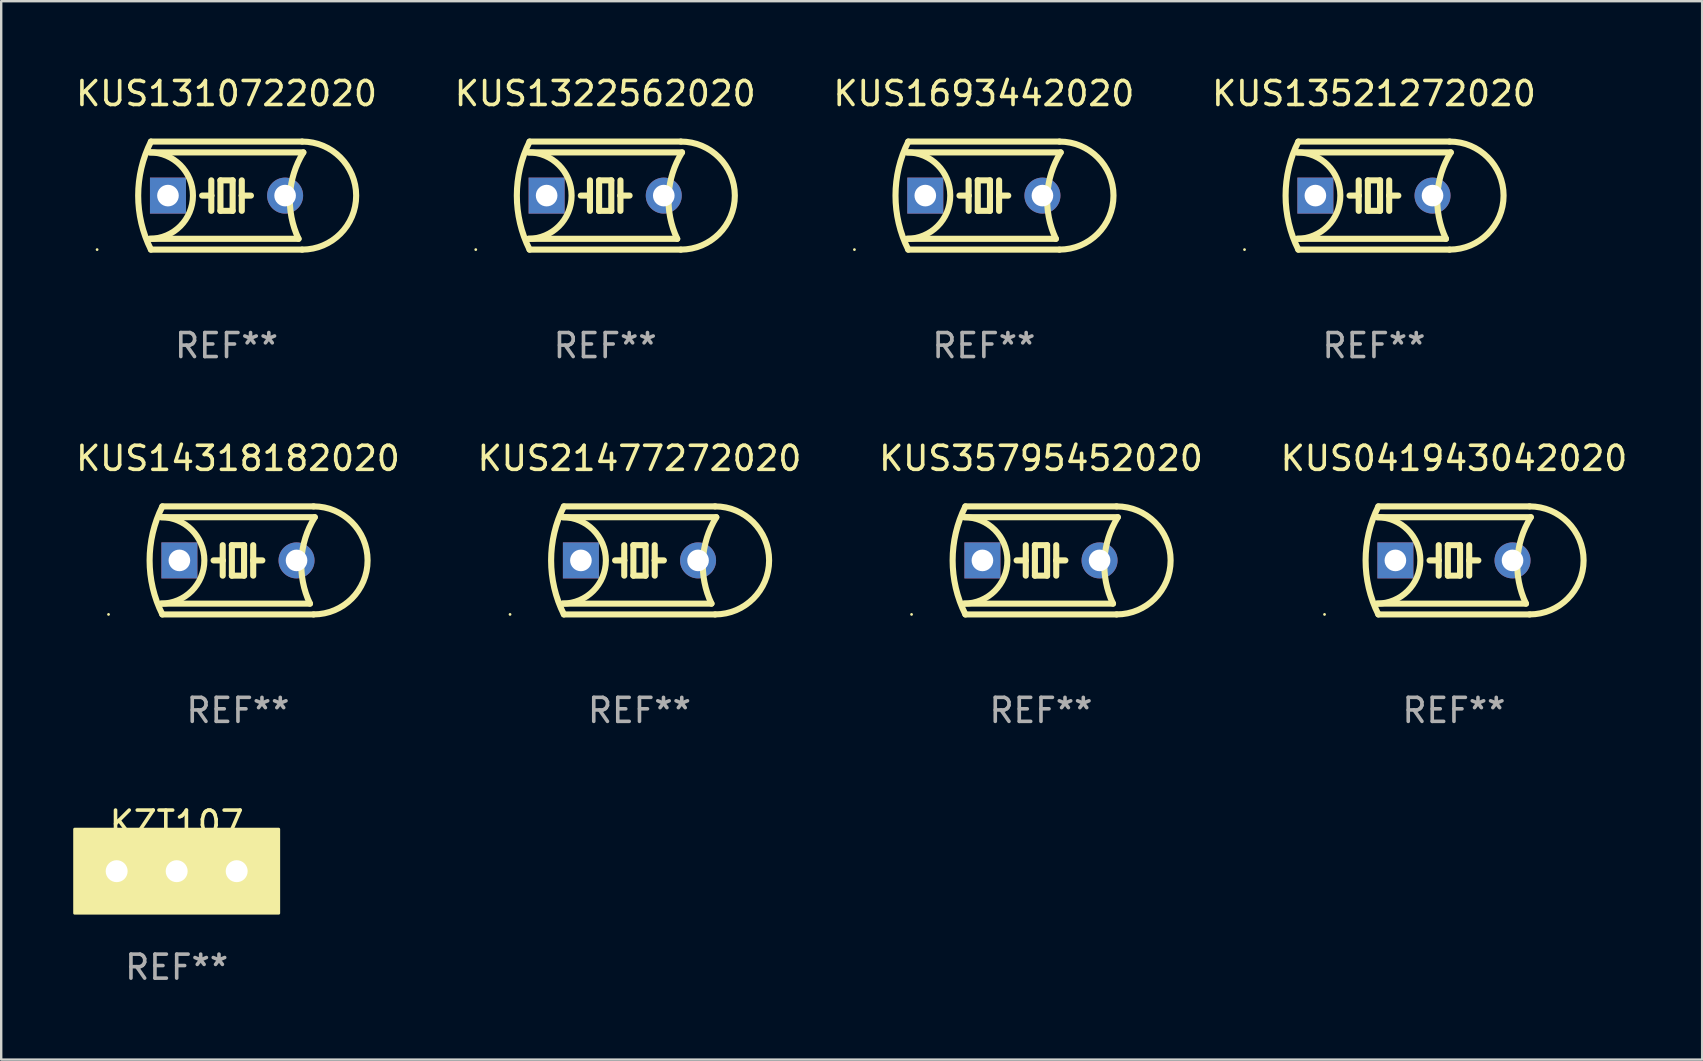
<source format=kicad_pcb>
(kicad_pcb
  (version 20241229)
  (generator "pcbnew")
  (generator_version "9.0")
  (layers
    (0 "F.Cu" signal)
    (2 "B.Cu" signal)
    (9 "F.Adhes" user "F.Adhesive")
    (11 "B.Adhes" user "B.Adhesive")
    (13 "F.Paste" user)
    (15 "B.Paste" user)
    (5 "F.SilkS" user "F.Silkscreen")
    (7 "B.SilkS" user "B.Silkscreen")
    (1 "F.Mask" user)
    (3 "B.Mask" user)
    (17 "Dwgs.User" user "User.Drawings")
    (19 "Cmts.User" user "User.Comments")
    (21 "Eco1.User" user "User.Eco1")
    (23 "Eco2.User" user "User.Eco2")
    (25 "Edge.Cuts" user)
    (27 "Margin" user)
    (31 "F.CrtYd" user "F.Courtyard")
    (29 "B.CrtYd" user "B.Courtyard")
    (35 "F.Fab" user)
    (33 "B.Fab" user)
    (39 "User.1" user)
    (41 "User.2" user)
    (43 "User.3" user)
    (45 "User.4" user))
  (footprint "KUS041943042020"
    (layer "F.Cu")
    (at 57.518 20.295)
    (property "Reference" "KUS041943042020" (at 0 -4.25 0) (layer "F.SilkS") (effects (font (size 1 1) (thickness 0.15))))
    (attr through_hole)
    (fp_line (start -3.2 -1.8) (end 3.2 -1.8) (stroke (width 0.254) (type solid)) (layer "F.SilkS"))
    (fp_line (start -3.15 2.25) (end 3.15 2.25) (stroke (width 0.254) (type solid)) (layer "F.SilkS"))
    (fp_line (start -0.635 -0.635) (end -0.635 0) (stroke (width 0.254) (type solid)) (layer "F.SilkS"))
    (fp_line (start -0.635 0) (end -1.016 0) (stroke (width 0.254) (type solid)) (layer "F.SilkS"))
    (fp_line (start -0.635 0) (end -0.635 0.635) (stroke (width 0.254) (type solid)) (layer "F.SilkS"))
    (fp_line (start -0.254 -0.635) (end -0.254 0.635) (stroke (width 0.254) (type solid)) (layer "F.SilkS"))
    (fp_line (start -0.254 0.635) (end 0.254 0.635) (stroke (width 0.254) (type solid)) (layer "F.SilkS"))
    (fp_line (start 0.254 -0.635) (end -0.254 -0.635) (stroke (width 0.254) (type solid)) (layer "F.SilkS"))
    (fp_line (start 0.254 0.635) (end 0.254 -0.635) (stroke (width 0.254) (type solid)) (layer "F.SilkS"))
    (fp_line (start 0.635 -0.635) (end 0.635 0) (stroke (width 0.254) (type solid)) (layer "F.SilkS"))
    (fp_line (start 0.635 0) (end 0.635 0.635) (stroke (width 0.254) (type solid)) (layer "F.SilkS"))
    (fp_line (start 0.635 0) (end 1.016 0) (stroke (width 0.254) (type solid)) (layer "F.SilkS"))
    (fp_line (start 3 1.8) (end -3.2 1.8) (stroke (width 0.254) (type solid)) (layer "F.SilkS"))
    (fp_line (start 3.15 -2.25) (end -3.15 -2.25) (stroke (width 0.254) (type solid)) (layer "F.SilkS"))
    (fp_arc (start -3.200406 -1.800864) (mid -1.399974 -0.000635) (end -3.2 1.8) (stroke (width 0.254001) (type solid)) (layer "F.SilkS"))
    (fp_arc (start -3.149606 2.250444) (mid -3.680941 0.000261) (end -3.149987 -2.250013) (stroke (width 0.254001) (type solid)) (layer "F.SilkS"))
    (fp_arc (start 2.999746 1.800863) (mid 2.642982 -0.024977) (end 3.2 -1.8) (stroke (width 0.254001) (type solid)) (layer "F.SilkS"))
    (fp_arc (start 3.149607 -2.250445) (mid 5.399848 -0.000406) (end 3.149987 2.250013) (stroke (width 0.254001) (type solid)) (layer "F.SilkS"))
    (fp_circle (center -5.392 2.25) (end -5.362 2.25) (stroke (width 0.06) (type solid)) (fill no) (layer "F.SilkS"))
    (fp_text user "REF**" (at 0 6.25 0) (layer "F.Fab") (effects (font (size 1 1) (thickness 0.15))))
    (pad "1" thru_hole rect (at -2.44 0) (size 1.5 1.5) (drill 0.9) (layers "*.Cu" "*.Mask"))
    (pad "2" thru_hole circle (at 2.44 0) (size 1.5 1.5) (drill 0.9) (layers "*.Cu" "*.Mask")))
  (footprint "KUS21477272020"
    (layer "F.Cu")
    (at 23.589 20.295)
    (property "Reference" "KUS21477272020" (at 0 -4.25 0) (layer "F.SilkS") (effects (font (size 1 1) (thickness 0.15))))
    (attr through_hole)
    (fp_line (start -3.2 -1.8) (end 3.2 -1.8) (stroke (width 0.254) (type solid)) (layer "F.SilkS"))
    (fp_line (start -3.15 2.25) (end 3.15 2.25) (stroke (width 0.254) (type solid)) (layer "F.SilkS"))
    (fp_line (start -0.635 -0.635) (end -0.635 0) (stroke (width 0.254) (type solid)) (layer "F.SilkS"))
    (fp_line (start -0.635 0) (end -1.016 0) (stroke (width 0.254) (type solid)) (layer "F.SilkS"))
    (fp_line (start -0.635 0) (end -0.635 0.635) (stroke (width 0.254) (type solid)) (layer "F.SilkS"))
    (fp_line (start -0.254 -0.635) (end -0.254 0.635) (stroke (width 0.254) (type solid)) (layer "F.SilkS"))
    (fp_line (start -0.254 0.635) (end 0.254 0.635) (stroke (width 0.254) (type solid)) (layer "F.SilkS"))
    (fp_line (start 0.254 -0.635) (end -0.254 -0.635) (stroke (width 0.254) (type solid)) (layer "F.SilkS"))
    (fp_line (start 0.254 0.635) (end 0.254 -0.635) (stroke (width 0.254) (type solid)) (layer "F.SilkS"))
    (fp_line (start 0.635 -0.635) (end 0.635 0) (stroke (width 0.254) (type solid)) (layer "F.SilkS"))
    (fp_line (start 0.635 0) (end 0.635 0.635) (stroke (width 0.254) (type solid)) (layer "F.SilkS"))
    (fp_line (start 0.635 0) (end 1.016 0) (stroke (width 0.254) (type solid)) (layer "F.SilkS"))
    (fp_line (start 3 1.8) (end -3.2 1.8) (stroke (width 0.254) (type solid)) (layer "F.SilkS"))
    (fp_line (start 3.15 -2.25) (end -3.15 -2.25) (stroke (width 0.254) (type solid)) (layer "F.SilkS"))
    (fp_arc (start -3.200406 -1.800864) (mid -1.399974 -0.000635) (end -3.2 1.8) (stroke (width 0.254001) (type solid)) (layer "F.SilkS"))
    (fp_arc (start -3.149606 2.250444) (mid -3.680941 0.000261) (end -3.149987 -2.250013) (stroke (width 0.254001) (type solid)) (layer "F.SilkS"))
    (fp_arc (start 2.999746 1.800863) (mid 2.642982 -0.024977) (end 3.2 -1.8) (stroke (width 0.254001) (type solid)) (layer "F.SilkS"))
    (fp_arc (start 3.149607 -2.250445) (mid 5.399848 -0.000406) (end 3.149987 2.250013) (stroke (width 0.254001) (type solid)) (layer "F.SilkS"))
    (fp_circle (center -5.392 2.25) (end -5.362 2.25) (stroke (width 0.06) (type solid)) (fill no) (layer "F.SilkS"))
    (fp_text user "REF**" (at 0 6.25 0) (layer "F.Fab") (effects (font (size 1 1) (thickness 0.15))))
    (pad "1" thru_hole rect (at -2.44 0) (size 1.5 1.5) (drill 0.9) (layers "*.Cu" "*.Mask"))
    (pad "2" thru_hole circle (at 2.44 0) (size 1.5 1.5) (drill 0.9) (layers "*.Cu" "*.Mask")))
  (footprint "KZT107"
    (layer "F.Cu")
    (at 4.31 33.241)
    (property "Reference" "KZT107" (at 0 -2 0) (layer "F.SilkS") (effects (font (size 1 1) (thickness 0.15))))
    (attr through_hole)
    (fp_circle (center -4 1.5) (end -3.97 1.5) (stroke (width 0.06) (type solid)) (fill no) (layer "F.SilkS"))
    (fp_poly (pts (xy -4.25 -1.75) (xy 4.25 -1.75) (xy 4.25 1.75) (xy -4.25 1.75)) (stroke (width 0.12) (type solid)) (fill yes) (layer "F.SilkS"))
    (fp_text user "REF**" (at 0 4 0) (layer "F.Fab") (effects (font (size 1 1) (thickness 0.15))))
    (pad "1" thru_hole circle (at -2.5 0) (size 1.524 1.524) (drill 0.914) (layers "*.Cu" "*.Mask"))
    (pad "2" thru_hole circle (at -0.000127 0) (size 1.524 1.524) (drill 0.914) (layers "*.Cu" "*.Mask"))
    (pad "3" thru_hole circle (at 2.5 0) (size 1.524 1.524) (drill 0.914) (layers "*.Cu" "*.Mask")))
  (footprint "KUS1322562020"
    (layer "F.Cu")
    (at 22.161 5.098)
    (property "Reference" "KUS1322562020" (at 0 -4.25 0) (layer "F.SilkS") (effects (font (size 1 1) (thickness 0.15))))
    (attr through_hole)
    (fp_line (start -3.2 -1.8) (end 3.2 -1.8) (stroke (width 0.254) (type solid)) (layer "F.SilkS"))
    (fp_line (start -3.15 2.25) (end 3.15 2.25) (stroke (width 0.254) (type solid)) (layer "F.SilkS"))
    (fp_line (start -0.635 -0.635) (end -0.635 0) (stroke (width 0.254) (type solid)) (layer "F.SilkS"))
    (fp_line (start -0.635 0) (end -1.016 0) (stroke (width 0.254) (type solid)) (layer "F.SilkS"))
    (fp_line (start -0.635 0) (end -0.635 0.635) (stroke (width 0.254) (type solid)) (layer "F.SilkS"))
    (fp_line (start -0.254 -0.635) (end -0.254 0.635) (stroke (width 0.254) (type solid)) (layer "F.SilkS"))
    (fp_line (start -0.254 0.635) (end 0.254 0.635) (stroke (width 0.254) (type solid)) (layer "F.SilkS"))
    (fp_line (start 0.254 -0.635) (end -0.254 -0.635) (stroke (width 0.254) (type solid)) (layer "F.SilkS"))
    (fp_line (start 0.254 0.635) (end 0.254 -0.635) (stroke (width 0.254) (type solid)) (layer "F.SilkS"))
    (fp_line (start 0.635 -0.635) (end 0.635 0) (stroke (width 0.254) (type solid)) (layer "F.SilkS"))
    (fp_line (start 0.635 0) (end 0.635 0.635) (stroke (width 0.254) (type solid)) (layer "F.SilkS"))
    (fp_line (start 0.635 0) (end 1.016 0) (stroke (width 0.254) (type solid)) (layer "F.SilkS"))
    (fp_line (start 3 1.8) (end -3.2 1.8) (stroke (width 0.254) (type solid)) (layer "F.SilkS"))
    (fp_line (start 3.15 -2.25) (end -3.15 -2.25) (stroke (width 0.254) (type solid)) (layer "F.SilkS"))
    (fp_arc (start -3.200406 -1.800864) (mid -1.399974 -0.000635) (end -3.2 1.8) (stroke (width 0.254001) (type solid)) (layer "F.SilkS"))
    (fp_arc (start -3.149606 2.250444) (mid -3.680941 0.000261) (end -3.149987 -2.250013) (stroke (width 0.254001) (type solid)) (layer "F.SilkS"))
    (fp_arc (start 2.999746 1.800863) (mid 2.642982 -0.024977) (end 3.2 -1.8) (stroke (width 0.254001) (type solid)) (layer "F.SilkS"))
    (fp_arc (start 3.149607 -2.250445) (mid 5.399848 -0.000406) (end 3.149987 2.250013) (stroke (width 0.254001) (type solid)) (layer "F.SilkS"))
    (fp_circle (center -5.392 2.25) (end -5.362 2.25) (stroke (width 0.06) (type solid)) (fill no) (layer "F.SilkS"))
    (fp_text user "REF**" (at 0 6.25 0) (layer "F.Fab") (effects (font (size 1 1) (thickness 0.15))))
    (pad "1" thru_hole rect (at -2.44 0) (size 1.5 1.5) (drill 0.9) (layers "*.Cu" "*.Mask"))
    (pad "2" thru_hole circle (at 2.44 0) (size 1.5 1.5) (drill 0.9) (layers "*.Cu" "*.Mask")))
  (footprint "KUS14318182020"
    (layer "F.Cu")
    (at 6.863 20.295)
    (property "Reference" "KUS14318182020" (at 0 -4.25 0) (layer "F.SilkS") (effects (font (size 1 1) (thickness 0.15))))
    (attr through_hole)
    (fp_line (start -3.2 -1.8) (end 3.2 -1.8) (stroke (width 0.254) (type solid)) (layer "F.SilkS"))
    (fp_line (start -3.15 2.25) (end 3.15 2.25) (stroke (width 0.254) (type solid)) (layer "F.SilkS"))
    (fp_line (start -0.635 -0.635) (end -0.635 0) (stroke (width 0.254) (type solid)) (layer "F.SilkS"))
    (fp_line (start -0.635 0) (end -1.016 0) (stroke (width 0.254) (type solid)) (layer "F.SilkS"))
    (fp_line (start -0.635 0) (end -0.635 0.635) (stroke (width 0.254) (type solid)) (layer "F.SilkS"))
    (fp_line (start -0.254 -0.635) (end -0.254 0.635) (stroke (width 0.254) (type solid)) (layer "F.SilkS"))
    (fp_line (start -0.254 0.635) (end 0.254 0.635) (stroke (width 0.254) (type solid)) (layer "F.SilkS"))
    (fp_line (start 0.254 -0.635) (end -0.254 -0.635) (stroke (width 0.254) (type solid)) (layer "F.SilkS"))
    (fp_line (start 0.254 0.635) (end 0.254 -0.635) (stroke (width 0.254) (type solid)) (layer "F.SilkS"))
    (fp_line (start 0.635 -0.635) (end 0.635 0) (stroke (width 0.254) (type solid)) (layer "F.SilkS"))
    (fp_line (start 0.635 0) (end 0.635 0.635) (stroke (width 0.254) (type solid)) (layer "F.SilkS"))
    (fp_line (start 0.635 0) (end 1.016 0) (stroke (width 0.254) (type solid)) (layer "F.SilkS"))
    (fp_line (start 3 1.8) (end -3.2 1.8) (stroke (width 0.254) (type solid)) (layer "F.SilkS"))
    (fp_line (start 3.15 -2.25) (end -3.15 -2.25) (stroke (width 0.254) (type solid)) (layer "F.SilkS"))
    (fp_arc (start -3.200406 -1.800864) (mid -1.399974 -0.000635) (end -3.2 1.8) (stroke (width 0.254001) (type solid)) (layer "F.SilkS"))
    (fp_arc (start -3.149606 2.250444) (mid -3.680941 0.000261) (end -3.149987 -2.250013) (stroke (width 0.254001) (type solid)) (layer "F.SilkS"))
    (fp_arc (start 2.999746 1.800863) (mid 2.642982 -0.024977) (end 3.2 -1.8) (stroke (width 0.254001) (type solid)) (layer "F.SilkS"))
    (fp_arc (start 3.149607 -2.250445) (mid 5.399848 -0.000406) (end 3.149987 2.250013) (stroke (width 0.254001) (type solid)) (layer "F.SilkS"))
    (fp_circle (center -5.392 2.25) (end -5.362 2.25) (stroke (width 0.06) (type solid)) (fill no) (layer "F.SilkS"))
    (fp_text user "REF**" (at 0 6.25 0) (layer "F.Fab") (effects (font (size 1 1) (thickness 0.15))))
    (pad "1" thru_hole rect (at -2.44 0) (size 1.5 1.5) (drill 0.9) (layers "*.Cu" "*.Mask"))
    (pad "2" thru_hole circle (at 2.44 0) (size 1.5 1.5) (drill 0.9) (layers "*.Cu" "*.Mask")))
  (footprint "KUS13521272020"
    (layer "F.Cu")
    (at 54.185 5.098)
    (property "Reference" "KUS13521272020" (at 0 -4.25 0) (layer "F.SilkS") (effects (font (size 1 1) (thickness 0.15))))
    (attr through_hole)
    (fp_line (start -3.2 -1.8) (end 3.2 -1.8) (stroke (width 0.254) (type solid)) (layer "F.SilkS"))
    (fp_line (start -3.15 2.25) (end 3.15 2.25) (stroke (width 0.254) (type solid)) (layer "F.SilkS"))
    (fp_line (start -0.635 -0.635) (end -0.635 0) (stroke (width 0.254) (type solid)) (layer "F.SilkS"))
    (fp_line (start -0.635 0) (end -1.016 0) (stroke (width 0.254) (type solid)) (layer "F.SilkS"))
    (fp_line (start -0.635 0) (end -0.635 0.635) (stroke (width 0.254) (type solid)) (layer "F.SilkS"))
    (fp_line (start -0.254 -0.635) (end -0.254 0.635) (stroke (width 0.254) (type solid)) (layer "F.SilkS"))
    (fp_line (start -0.254 0.635) (end 0.254 0.635) (stroke (width 0.254) (type solid)) (layer "F.SilkS"))
    (fp_line (start 0.254 -0.635) (end -0.254 -0.635) (stroke (width 0.254) (type solid)) (layer "F.SilkS"))
    (fp_line (start 0.254 0.635) (end 0.254 -0.635) (stroke (width 0.254) (type solid)) (layer "F.SilkS"))
    (fp_line (start 0.635 -0.635) (end 0.635 0) (stroke (width 0.254) (type solid)) (layer "F.SilkS"))
    (fp_line (start 0.635 0) (end 0.635 0.635) (stroke (width 0.254) (type solid)) (layer "F.SilkS"))
    (fp_line (start 0.635 0) (end 1.016 0) (stroke (width 0.254) (type solid)) (layer "F.SilkS"))
    (fp_line (start 3 1.8) (end -3.2 1.8) (stroke (width 0.254) (type solid)) (layer "F.SilkS"))
    (fp_line (start 3.15 -2.25) (end -3.15 -2.25) (stroke (width 0.254) (type solid)) (layer "F.SilkS"))
    (fp_arc (start -3.200406 -1.800864) (mid -1.399974 -0.000635) (end -3.2 1.8) (stroke (width 0.254001) (type solid)) (layer "F.SilkS"))
    (fp_arc (start -3.149606 2.250444) (mid -3.680941 0.000261) (end -3.149987 -2.250013) (stroke (width 0.254001) (type solid)) (layer "F.SilkS"))
    (fp_arc (start 2.999746 1.800863) (mid 2.642982 -0.024977) (end 3.2 -1.8) (stroke (width 0.254001) (type solid)) (layer "F.SilkS"))
    (fp_arc (start 3.149607 -2.250445) (mid 5.399848 -0.000406) (end 3.149987 2.250013) (stroke (width 0.254001) (type solid)) (layer "F.SilkS"))
    (fp_circle (center -5.392 2.25) (end -5.362 2.25) (stroke (width 0.06) (type solid)) (fill no) (layer "F.SilkS"))
    (fp_text user "REF**" (at 0 6.25 0) (layer "F.Fab") (effects (font (size 1 1) (thickness 0.15))))
    (pad "1" thru_hole rect (at -2.44 0) (size 1.5 1.5) (drill 0.9) (layers "*.Cu" "*.Mask"))
    (pad "2" thru_hole circle (at 2.44 0) (size 1.5 1.5) (drill 0.9) (layers "*.Cu" "*.Mask")))
  (footprint "KUS1310722020"
    (layer "F.Cu")
    (at 6.387 5.098)
    (property "Reference" "KUS1310722020" (at 0 -4.25 0) (layer "F.SilkS") (effects (font (size 1 1) (thickness 0.15))))
    (attr through_hole)
    (fp_line (start -3.2 -1.8) (end 3.2 -1.8) (stroke (width 0.254) (type solid)) (layer "F.SilkS"))
    (fp_line (start -3.15 2.25) (end 3.15 2.25) (stroke (width 0.254) (type solid)) (layer "F.SilkS"))
    (fp_line (start -0.635 -0.635) (end -0.635 0) (stroke (width 0.254) (type solid)) (layer "F.SilkS"))
    (fp_line (start -0.635 0) (end -1.016 0) (stroke (width 0.254) (type solid)) (layer "F.SilkS"))
    (fp_line (start -0.635 0) (end -0.635 0.635) (stroke (width 0.254) (type solid)) (layer "F.SilkS"))
    (fp_line (start -0.254 -0.635) (end -0.254 0.635) (stroke (width 0.254) (type solid)) (layer "F.SilkS"))
    (fp_line (start -0.254 0.635) (end 0.254 0.635) (stroke (width 0.254) (type solid)) (layer "F.SilkS"))
    (fp_line (start 0.254 -0.635) (end -0.254 -0.635) (stroke (width 0.254) (type solid)) (layer "F.SilkS"))
    (fp_line (start 0.254 0.635) (end 0.254 -0.635) (stroke (width 0.254) (type solid)) (layer "F.SilkS"))
    (fp_line (start 0.635 -0.635) (end 0.635 0) (stroke (width 0.254) (type solid)) (layer "F.SilkS"))
    (fp_line (start 0.635 0) (end 0.635 0.635) (stroke (width 0.254) (type solid)) (layer "F.SilkS"))
    (fp_line (start 0.635 0) (end 1.016 0) (stroke (width 0.254) (type solid)) (layer "F.SilkS"))
    (fp_line (start 3 1.8) (end -3.2 1.8) (stroke (width 0.254) (type solid)) (layer "F.SilkS"))
    (fp_line (start 3.15 -2.25) (end -3.15 -2.25) (stroke (width 0.254) (type solid)) (layer "F.SilkS"))
    (fp_arc (start -3.200406 -1.800864) (mid -1.399974 -0.000635) (end -3.2 1.8) (stroke (width 0.254001) (type solid)) (layer "F.SilkS"))
    (fp_arc (start -3.149606 2.250444) (mid -3.680941 0.000261) (end -3.149987 -2.250013) (stroke (width 0.254001) (type solid)) (layer "F.SilkS"))
    (fp_arc (start 2.999746 1.800863) (mid 2.642982 -0.024977) (end 3.2 -1.8) (stroke (width 0.254001) (type solid)) (layer "F.SilkS"))
    (fp_arc (start 3.149607 -2.250445) (mid 5.399848 -0.000406) (end 3.149987 2.250013) (stroke (width 0.254001) (type solid)) (layer "F.SilkS"))
    (fp_circle (center -5.392 2.25) (end -5.362 2.25) (stroke (width 0.06) (type solid)) (fill no) (layer "F.SilkS"))
    (fp_text user "REF**" (at 0 6.25 0) (layer "F.Fab") (effects (font (size 1 1) (thickness 0.15))))
    (pad "1" thru_hole rect (at -2.44 0) (size 1.5 1.5) (drill 0.9) (layers "*.Cu" "*.Mask"))
    (pad "2" thru_hole circle (at 2.44 0) (size 1.5 1.5) (drill 0.9) (layers "*.Cu" "*.Mask")))
  (footprint "KUS35795452020"
    (layer "F.Cu")
    (at 40.315 20.295)
    (property "Reference" "KUS35795452020" (at 0 -4.25 0) (layer "F.SilkS") (effects (font (size 1 1) (thickness 0.15))))
    (attr through_hole)
    (fp_line (start -3.2 -1.8) (end 3.2 -1.8) (stroke (width 0.254) (type solid)) (layer "F.SilkS"))
    (fp_line (start -3.15 2.25) (end 3.15 2.25) (stroke (width 0.254) (type solid)) (layer "F.SilkS"))
    (fp_line (start -0.635 -0.635) (end -0.635 0) (stroke (width 0.254) (type solid)) (layer "F.SilkS"))
    (fp_line (start -0.635 0) (end -1.016 0) (stroke (width 0.254) (type solid)) (layer "F.SilkS"))
    (fp_line (start -0.635 0) (end -0.635 0.635) (stroke (width 0.254) (type solid)) (layer "F.SilkS"))
    (fp_line (start -0.254 -0.635) (end -0.254 0.635) (stroke (width 0.254) (type solid)) (layer "F.SilkS"))
    (fp_line (start -0.254 0.635) (end 0.254 0.635) (stroke (width 0.254) (type solid)) (layer "F.SilkS"))
    (fp_line (start 0.254 -0.635) (end -0.254 -0.635) (stroke (width 0.254) (type solid)) (layer "F.SilkS"))
    (fp_line (start 0.254 0.635) (end 0.254 -0.635) (stroke (width 0.254) (type solid)) (layer "F.SilkS"))
    (fp_line (start 0.635 -0.635) (end 0.635 0) (stroke (width 0.254) (type solid)) (layer "F.SilkS"))
    (fp_line (start 0.635 0) (end 0.635 0.635) (stroke (width 0.254) (type solid)) (layer "F.SilkS"))
    (fp_line (start 0.635 0) (end 1.016 0) (stroke (width 0.254) (type solid)) (layer "F.SilkS"))
    (fp_line (start 3 1.8) (end -3.2 1.8) (stroke (width 0.254) (type solid)) (layer "F.SilkS"))
    (fp_line (start 3.15 -2.25) (end -3.15 -2.25) (stroke (width 0.254) (type solid)) (layer "F.SilkS"))
    (fp_arc (start -3.200406 -1.800864) (mid -1.399974 -0.000635) (end -3.2 1.8) (stroke (width 0.254001) (type solid)) (layer "F.SilkS"))
    (fp_arc (start -3.149606 2.250444) (mid -3.680941 0.000261) (end -3.149987 -2.250013) (stroke (width 0.254001) (type solid)) (layer "F.SilkS"))
    (fp_arc (start 2.999746 1.800863) (mid 2.642982 -0.024977) (end 3.2 -1.8) (stroke (width 0.254001) (type solid)) (layer "F.SilkS"))
    (fp_arc (start 3.149607 -2.250445) (mid 5.399848 -0.000406) (end 3.149987 2.250013) (stroke (width 0.254001) (type solid)) (layer "F.SilkS"))
    (fp_circle (center -5.392 2.25) (end -5.362 2.25) (stroke (width 0.06) (type solid)) (fill no) (layer "F.SilkS"))
    (fp_text user "REF**" (at 0 6.25 0) (layer "F.Fab") (effects (font (size 1 1) (thickness 0.15))))
    (pad "1" thru_hole rect (at -2.44 0) (size 1.5 1.5) (drill 0.9) (layers "*.Cu" "*.Mask"))
    (pad "2" thru_hole circle (at 2.44 0) (size 1.5 1.5) (drill 0.9) (layers "*.Cu" "*.Mask")))
  (footprint "KUS1693442020"
    (layer "F.Cu")
    (at 37.935 5.098)
    (property "Reference" "KUS1693442020" (at 0 -4.25 0) (layer "F.SilkS") (effects (font (size 1 1) (thickness 0.15))))
    (attr through_hole)
    (fp_line (start -3.2 -1.8) (end 3.2 -1.8) (stroke (width 0.254) (type solid)) (layer "F.SilkS"))
    (fp_line (start -3.15 2.25) (end 3.15 2.25) (stroke (width 0.254) (type solid)) (layer "F.SilkS"))
    (fp_line (start -0.635 -0.635) (end -0.635 0) (stroke (width 0.254) (type solid)) (layer "F.SilkS"))
    (fp_line (start -0.635 0) (end -1.016 0) (stroke (width 0.254) (type solid)) (layer "F.SilkS"))
    (fp_line (start -0.635 0) (end -0.635 0.635) (stroke (width 0.254) (type solid)) (layer "F.SilkS"))
    (fp_line (start -0.254 -0.635) (end -0.254 0.635) (stroke (width 0.254) (type solid)) (layer "F.SilkS"))
    (fp_line (start -0.254 0.635) (end 0.254 0.635) (stroke (width 0.254) (type solid)) (layer "F.SilkS"))
    (fp_line (start 0.254 -0.635) (end -0.254 -0.635) (stroke (width 0.254) (type solid)) (layer "F.SilkS"))
    (fp_line (start 0.254 0.635) (end 0.254 -0.635) (stroke (width 0.254) (type solid)) (layer "F.SilkS"))
    (fp_line (start 0.635 -0.635) (end 0.635 0) (stroke (width 0.254) (type solid)) (layer "F.SilkS"))
    (fp_line (start 0.635 0) (end 0.635 0.635) (stroke (width 0.254) (type solid)) (layer "F.SilkS"))
    (fp_line (start 0.635 0) (end 1.016 0) (stroke (width 0.254) (type solid)) (layer "F.SilkS"))
    (fp_line (start 3 1.8) (end -3.2 1.8) (stroke (width 0.254) (type solid)) (layer "F.SilkS"))
    (fp_line (start 3.15 -2.25) (end -3.15 -2.25) (stroke (width 0.254) (type solid)) (layer "F.SilkS"))
    (fp_arc (start -3.200406 -1.800864) (mid -1.399974 -0.000635) (end -3.2 1.8) (stroke (width 0.254001) (type solid)) (layer "F.SilkS"))
    (fp_arc (start -3.149606 2.250444) (mid -3.680941 0.000261) (end -3.149987 -2.250013) (stroke (width 0.254001) (type solid)) (layer "F.SilkS"))
    (fp_arc (start 2.999746 1.800863) (mid 2.642982 -0.024977) (end 3.2 -1.8) (stroke (width 0.254001) (type solid)) (layer "F.SilkS"))
    (fp_arc (start 3.149607 -2.250445) (mid 5.399848 -0.000406) (end 3.149987 2.250013) (stroke (width 0.254001) (type solid)) (layer "F.SilkS"))
    (fp_circle (center -5.392 2.25) (end -5.362 2.25) (stroke (width 0.06) (type solid)) (fill no) (layer "F.SilkS"))
    (fp_text user "REF**" (at 0 6.25 0) (layer "F.Fab") (effects (font (size 1 1) (thickness 0.15))))
    (pad "1" thru_hole rect (at -2.44 0) (size 1.5 1.5) (drill 0.9) (layers "*.Cu" "*.Mask"))
    (pad "2" thru_hole circle (at 2.44 0) (size 1.5 1.5) (drill 0.9) (layers "*.Cu" "*.Mask")))
  (gr_rect
    (start -3 -3)
    (end 67.857 41.09)
    (stroke (width 0.1) (type default))
    (fill no)
    (layer "Edge.Cuts")))
</source>
